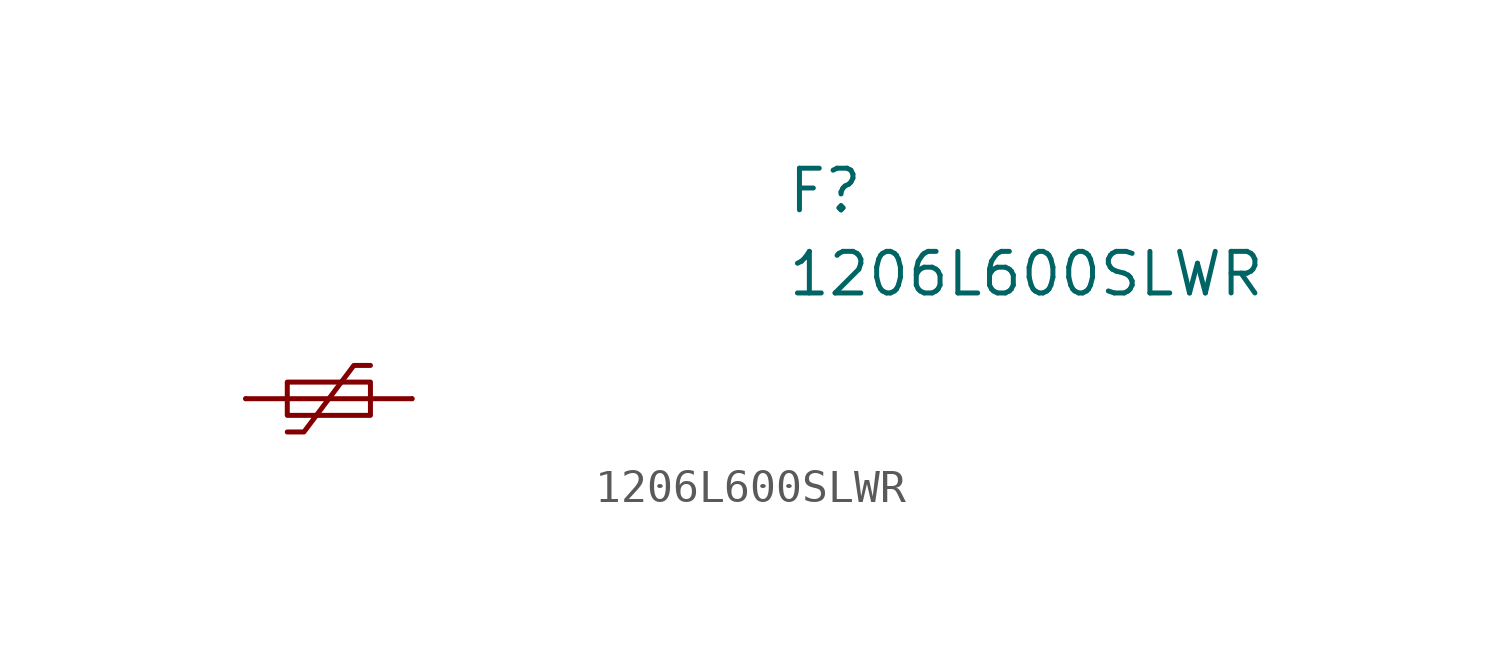
<source format=kicad_sym>
(kicad_symbol_lib
  (version 20220914)
  (generator kicad_symbol_editor)
  (symbol "1206L600SLWR"
    (pin_numbers hide)
    (pin_names
      (offset 0.762) hide)
    (property "Reference" "F"
      (at 13.97 6.35 0)
      (effects (font (size 1.27 1.27)) (justify left)))
    (property "Value" "1206L600SLWR"
      (at 13.97 3.81 0)
      (effects (font (size 1.27 1.27)) (justify left)))
    (symbol "1206L600SLWR_0_1"
      (rectangle (start -1.27 -0.508) (end 1.27 0.508) (stroke (width 0) (type default)) (fill (type none)))
      (polyline (pts (xy -2.54 0) (xy 2.54 0)) (stroke (width 0) (type default)) (fill (type none)))
      (polyline (pts (xy -1.27 -1.016) (xy -0.762 -1.016) (xy 0.762 1.016) (xy 1.27 1.016)) (stroke (width 0) (type default)) (fill (type none))))
    (symbol "1206L600SLWR_1_0"
      (pin passive line (at -2.54 0 0) (length 0) (name "~" (effects (font (size 1.27 1.27)))) (number "1" (effects (font (size 1.27 1.27)))))
      (pin passive line (at 2.54 0 180) (length 0) (name "~" (effects (font (size 1.27 1.27)))) (number "2" (effects (font (size 1.27 1.27))))))))
</source>
